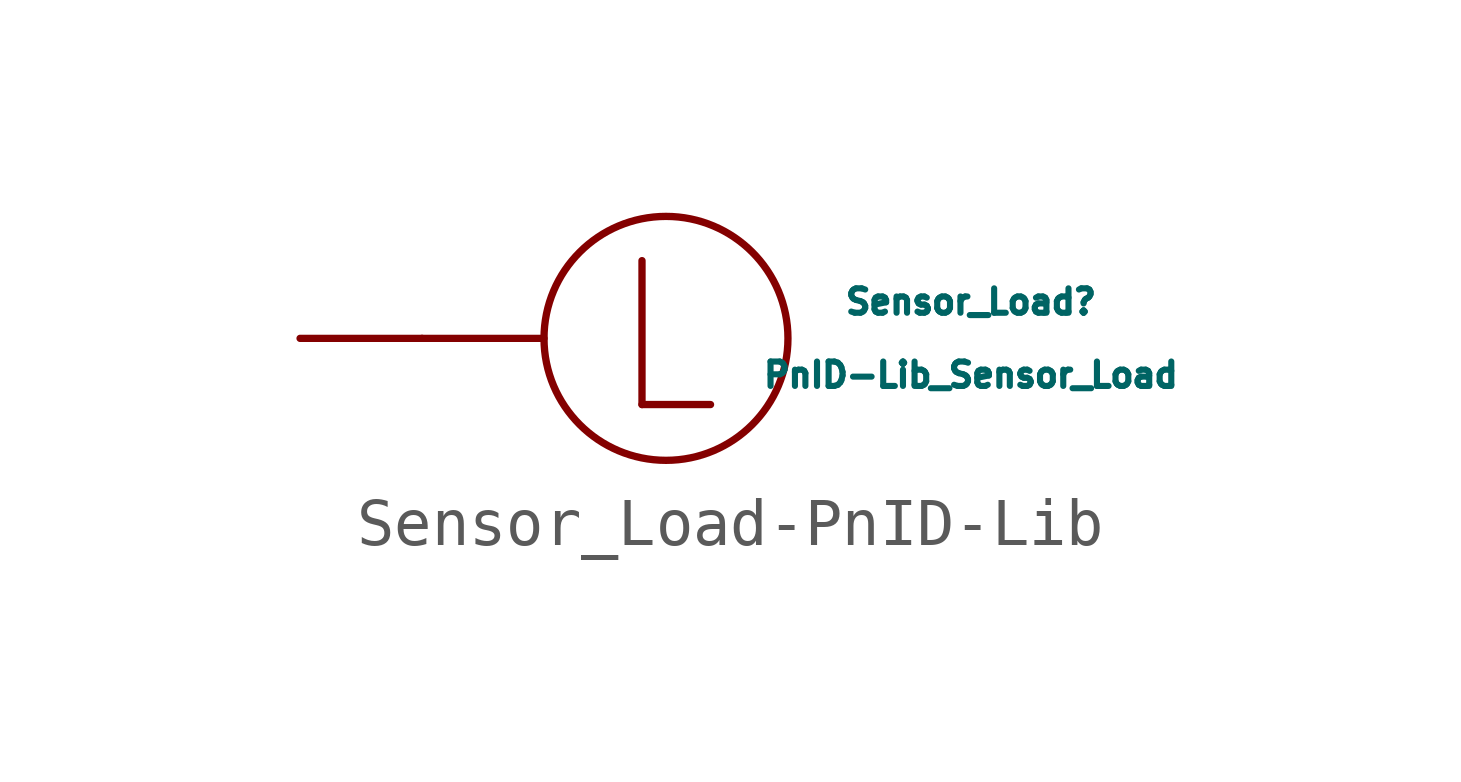
<source format=kicad_sym>
(kicad_symbol_lib
  (version 20231120)
  (generator "kicad_symbol_editor")
  (generator_version "8.0")
  (symbol "Sensor_Load-PnID-Lib"
    (pin_numbers hide)
    (pin_names
      (offset 1.016))
    (property "Reference" "Sensor_Load"
      (at 6.35 0.762 0)
      (effects (font (size 0.508 0.508))))
    (property "Value" "PnID-Lib_Sensor_Load"
      (at 6.35 -0.762 0)
      (effects (font (size 0.508 0.508))))
    (property "Data_Content" " "
      (at 0 0 0)
      (effects (font (size 1.27 1.27))))
    (symbol "Sensor_Load-PnID-Lib_0_0"
      (polyline (pts (xy -5.08 0) (xy -2.54 0)) (stroke (width 0) (type solid)) (fill (type none)))
      (circle (center 0 0) (radius 2.54) (stroke (width 0) (type solid)) (fill (type none)))
      (text "L" (at 0 0 0) (effects (font (size 2.997 2.997)))))
    (symbol "Sensor_Load-PnID-Lib_1_1"
      (pin bidirectional line (at -7.62 0 0) (length 2.54) (name "~" (effects (font (size 1.27 1.27)))) (number "~" (effects (font (size 1.27 1.27))))))))
</source>
